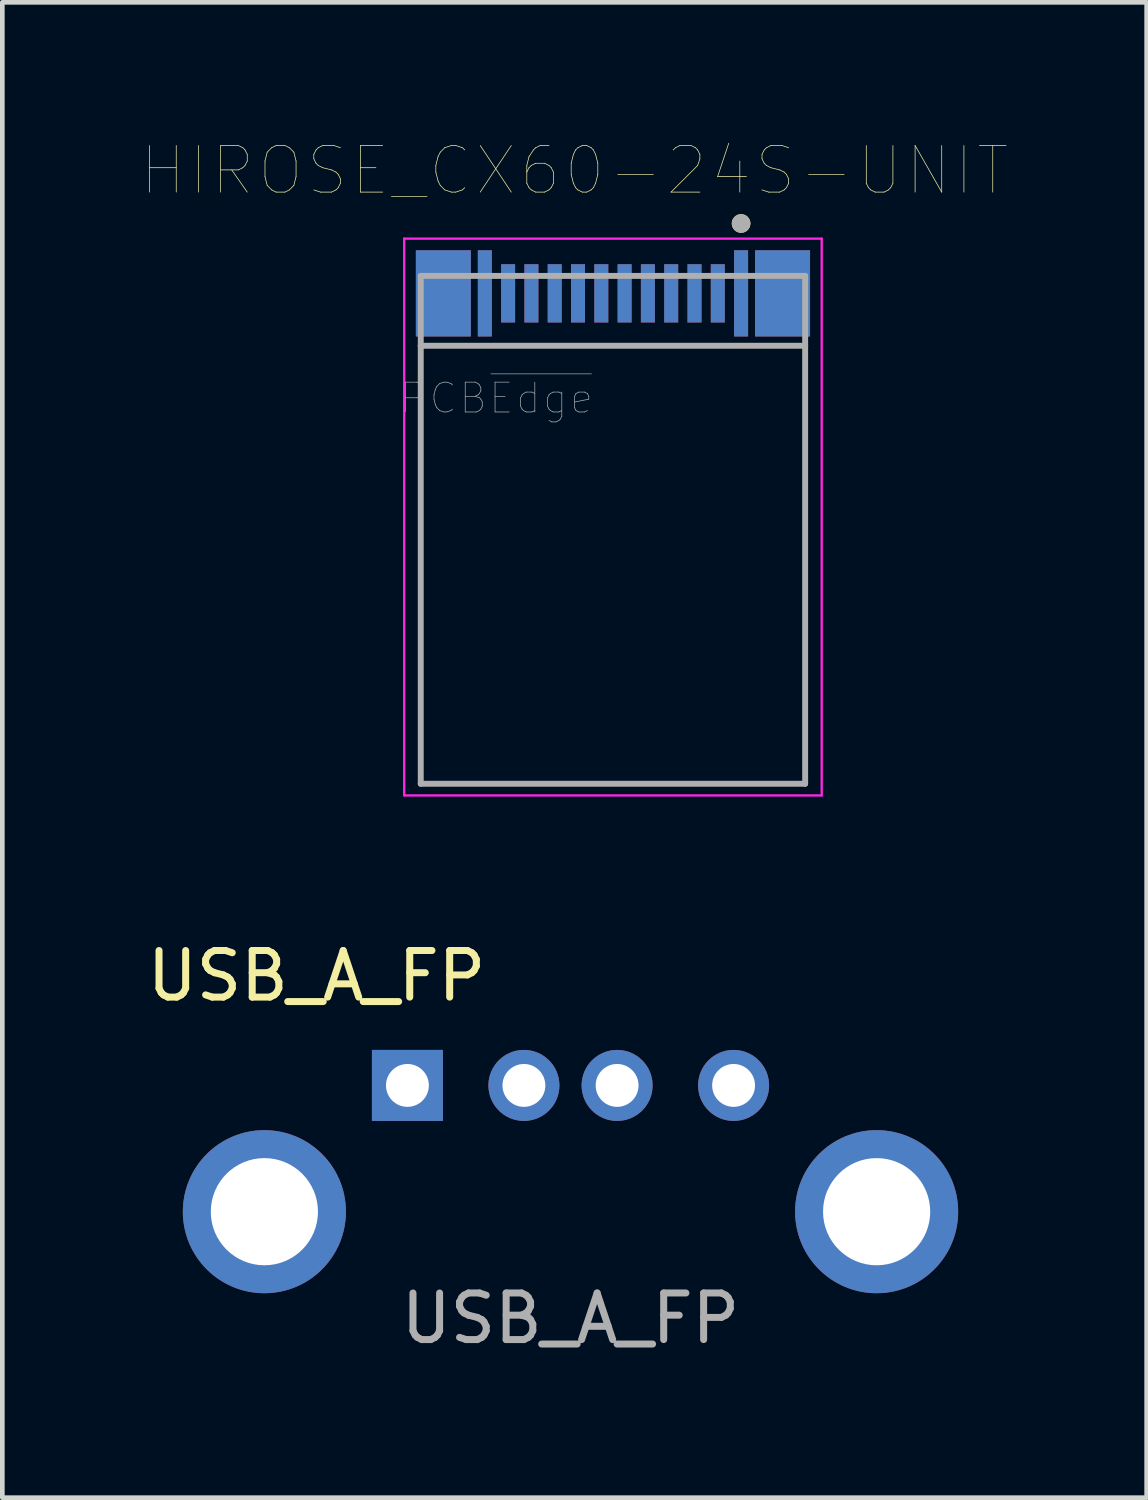
<source format=kicad_pcb>
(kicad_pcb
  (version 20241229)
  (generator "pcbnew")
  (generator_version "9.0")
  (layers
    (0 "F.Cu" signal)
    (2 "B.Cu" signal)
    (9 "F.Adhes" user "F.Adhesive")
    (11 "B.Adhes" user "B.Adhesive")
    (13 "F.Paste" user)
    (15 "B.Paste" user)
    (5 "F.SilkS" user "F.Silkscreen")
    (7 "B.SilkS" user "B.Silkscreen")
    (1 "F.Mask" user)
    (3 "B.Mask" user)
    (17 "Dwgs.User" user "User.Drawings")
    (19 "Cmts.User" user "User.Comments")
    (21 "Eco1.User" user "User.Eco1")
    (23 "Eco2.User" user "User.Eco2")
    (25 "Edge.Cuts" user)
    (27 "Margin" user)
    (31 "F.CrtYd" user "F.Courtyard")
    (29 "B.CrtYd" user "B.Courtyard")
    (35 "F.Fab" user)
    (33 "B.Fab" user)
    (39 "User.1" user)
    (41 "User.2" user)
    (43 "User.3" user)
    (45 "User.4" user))
  (footprint "USB_A_FP"
    (layer "F.Cu")
    (at 5.694 20.245)
    (property "Reference" "USB_A_FP" (at -1.95 -2.35 0) (layer "F.SilkS") (effects (font (size 1 1) (thickness 0.15))))
    (attr through_hole)
    (fp_text user "${REFERENCE}" (at 3.5 5 0) (layer "F.Fab") (effects (font (size 1 1) (thickness 0.15))))
    (pad "1" thru_hole rect (at 0 0) (size 1.524 1.524) (drill 0.92) (layers "*.Cu" "*.Mask"))
    (pad "2" thru_hole circle (at 2.5 0) (size 1.524 1.524) (drill 0.92) (layers "*.Cu" "*.Mask"))
    (pad "3" thru_hole circle (at 4.5 0) (size 1.524 1.524) (drill 0.92) (layers "*.Cu" "*.Mask"))
    (pad "4" thru_hole circle (at 7 0) (size 1.524 1.524) (drill 0.92) (layers "*.Cu" "*.Mask"))
    (pad "5" thru_hole circle (at -3.07 2.71) (size 3.5 3.5) (drill 2.3) (layers "*.Cu" "*.Mask"))
    (pad "5" thru_hole circle (at 10.07 2.71) (size 3.5 3.5) (drill 2.3) (layers "*.Cu" "*.Mask")))
  (footprint "HIROSE_CX60-24S-UNIT"
    (layer "F.Cu")
    (at 10.105 3.246)
    (property "Reference" "HIROSE_CX60-24S-UNIT" (at -0.825 -2.635 0) (layer "F.SilkS") (effects (font (size 1 1) (thickness 0.015))))
    (attr through_hole)
    (fp_circle (center 2.75 -1.5) (end 2.85 -1.5) (stroke (width 0.2) (type solid)) (fill no) (layer "F.SilkS"))
    (fp_line (start -4.48 -1.175) (end 4.48 -1.175) (stroke (width 0.05) (type solid)) (layer "F.CrtYd"))
    (fp_line (start -4.48 10.775) (end -4.48 -1.175) (stroke (width 0.05) (type solid)) (layer "F.CrtYd"))
    (fp_line (start 4.48 -1.175) (end 4.48 10.775) (stroke (width 0.05) (type solid)) (layer "F.CrtYd"))
    (fp_line (start 4.48 10.775) (end -4.48 10.775) (stroke (width 0.05) (type solid)) (layer "F.CrtYd"))
    (fp_line (start -4.125 -0.375) (end 4.125 -0.375) (stroke (width 0.127) (type solid)) (layer "F.Fab"))
    (fp_line (start -4.125 1.125) (end -4.125 -0.375) (stroke (width 0.127) (type solid)) (layer "F.Fab"))
    (fp_line (start -4.125 1.125) (end 4.125 1.125) (stroke (width 0.127) (type solid)) (layer "F.Fab"))
    (fp_line (start -4.125 10.525) (end -4.125 1.125) (stroke (width 0.127) (type solid)) (layer "F.Fab"))
    (fp_line (start 4.125 -0.375) (end 4.125 1.125) (stroke (width 0.127) (type solid)) (layer "F.Fab"))
    (fp_line (start 4.125 1.125) (end 4.125 10.525) (stroke (width 0.127) (type solid)) (layer "F.Fab"))
    (fp_line (start 4.125 10.525) (end -4.125 10.525) (stroke (width 0.127) (type solid)) (layer "F.Fab"))
    (fp_circle (center 2.75 -1.5) (end 2.85 -1.5) (stroke (width 0.2) (type solid)) (fill no) (layer "F.Fab"))
    (fp_text user "PCB~{Edge}" (at -2.5 2.25 0) (layer "F.Fab") (effects (font (size 0.64 0.64) (thickness 0.015))))
    (pad "A1" smd rect (at 2.75 0) (size 0.3 1.85) (layers "F.Cu" "F.Mask" "F.Paste"))
    (pad "A2" smd rect (at 2.25 0) (size 0.3 1.25) (layers "F.Cu" "F.Mask" "F.Paste"))
    (pad "A3" smd rect (at 1.75 0) (size 0.3 1.25) (layers "F.Cu" "F.Mask" "F.Paste"))
    (pad "A4" smd rect (at 1.25 0) (size 0.3 1.25) (layers "F.Cu" "F.Mask" "F.Paste"))
    (pad "A5" smd rect (at 0.75 0) (size 0.3 1.25) (layers "F.Cu" "F.Mask" "F.Paste"))
    (pad "A6" smd rect (at 0.25 0) (size 0.3 1.25) (layers "F.Cu" "F.Mask" "F.Paste"))
    (pad "A7" smd rect (at -0.25 0) (size 0.3 1.25) (layers "F.Cu" "F.Mask" "F.Paste"))
    (pad "A8" smd rect (at -0.75 0) (size 0.3 1.25) (layers "F.Cu" "F.Mask" "F.Paste"))
    (pad "A9" smd rect (at -1.25 0) (size 0.3 1.25) (layers "F.Cu" "F.Mask" "F.Paste"))
    (pad "A10" smd rect (at -1.75 0) (size 0.3 1.25) (layers "F.Cu" "F.Mask" "F.Paste"))
    (pad "A11" smd rect (at -2.25 0) (size 0.3 1.25) (layers "F.Cu" "F.Mask" "F.Paste"))
    (pad "A12" smd rect (at -2.75 0) (size 0.3 1.85) (layers "F.Cu" "F.Mask" "F.Paste"))
    (pad "B1" smd rect (at -2.75 0) (size 0.3 1.85) (layers "B.Cu" "B.Mask" "B.Paste"))
    (pad "B2" smd rect (at -2.25 0) (size 0.3 1.25) (layers "B.Cu" "B.Mask" "B.Paste"))
    (pad "B3" smd rect (at -1.75 0) (size 0.3 1.25) (layers "B.Cu" "B.Mask" "B.Paste"))
    (pad "B4" smd rect (at -1.25 0) (size 0.3 1.25) (layers "B.Cu" "B.Mask" "B.Paste"))
    (pad "B5" smd rect (at -0.75 0) (size 0.3 1.25) (layers "B.Cu" "B.Mask" "B.Paste"))
    (pad "B6" smd rect (at -0.25 0) (size 0.3 1.25) (layers "B.Cu" "B.Mask" "B.Paste"))
    (pad "B7" smd rect (at 0.25 0) (size 0.3 1.25) (layers "B.Cu" "B.Mask" "B.Paste"))
    (pad "B8" smd rect (at 0.75 0) (size 0.3 1.25) (layers "B.Cu" "B.Mask" "B.Paste"))
    (pad "B9" smd rect (at 1.25 0) (size 0.3 1.25) (layers "B.Cu" "B.Mask" "B.Paste"))
    (pad "B10" smd rect (at 1.75 0) (size 0.3 1.25) (layers "B.Cu" "B.Mask" "B.Paste"))
    (pad "B11" smd rect (at 2.25 0) (size 0.3 1.25) (layers "B.Cu" "B.Mask" "B.Paste"))
    (pad "B12" smd rect (at 2.75 0) (size 0.3 1.85) (layers "B.Cu" "B.Mask" "B.Paste"))
    (pad "S1" smd rect (at 3.64 0) (size 1.18 1.85) (layers "F.Cu" "F.Mask" "F.Paste"))
    (pad "S2" smd rect (at -3.64 0) (size 1.18 1.85) (layers "F.Cu" "F.Mask" "F.Paste"))
    (pad "S3" smd rect (at 3.64 0) (size 1.18 1.85) (layers "B.Cu" "B.Mask" "B.Paste"))
    (pad "S4" smd rect (at -3.64 0) (size 1.18 1.85) (layers "B.Cu" "B.Mask" "B.Paste")))
  (gr_rect
    (start -3 -3)
    (end 21.559 29.093)
    (stroke (width 0.1) (type default))
    (fill no)
    (layer "Edge.Cuts")))
</source>
